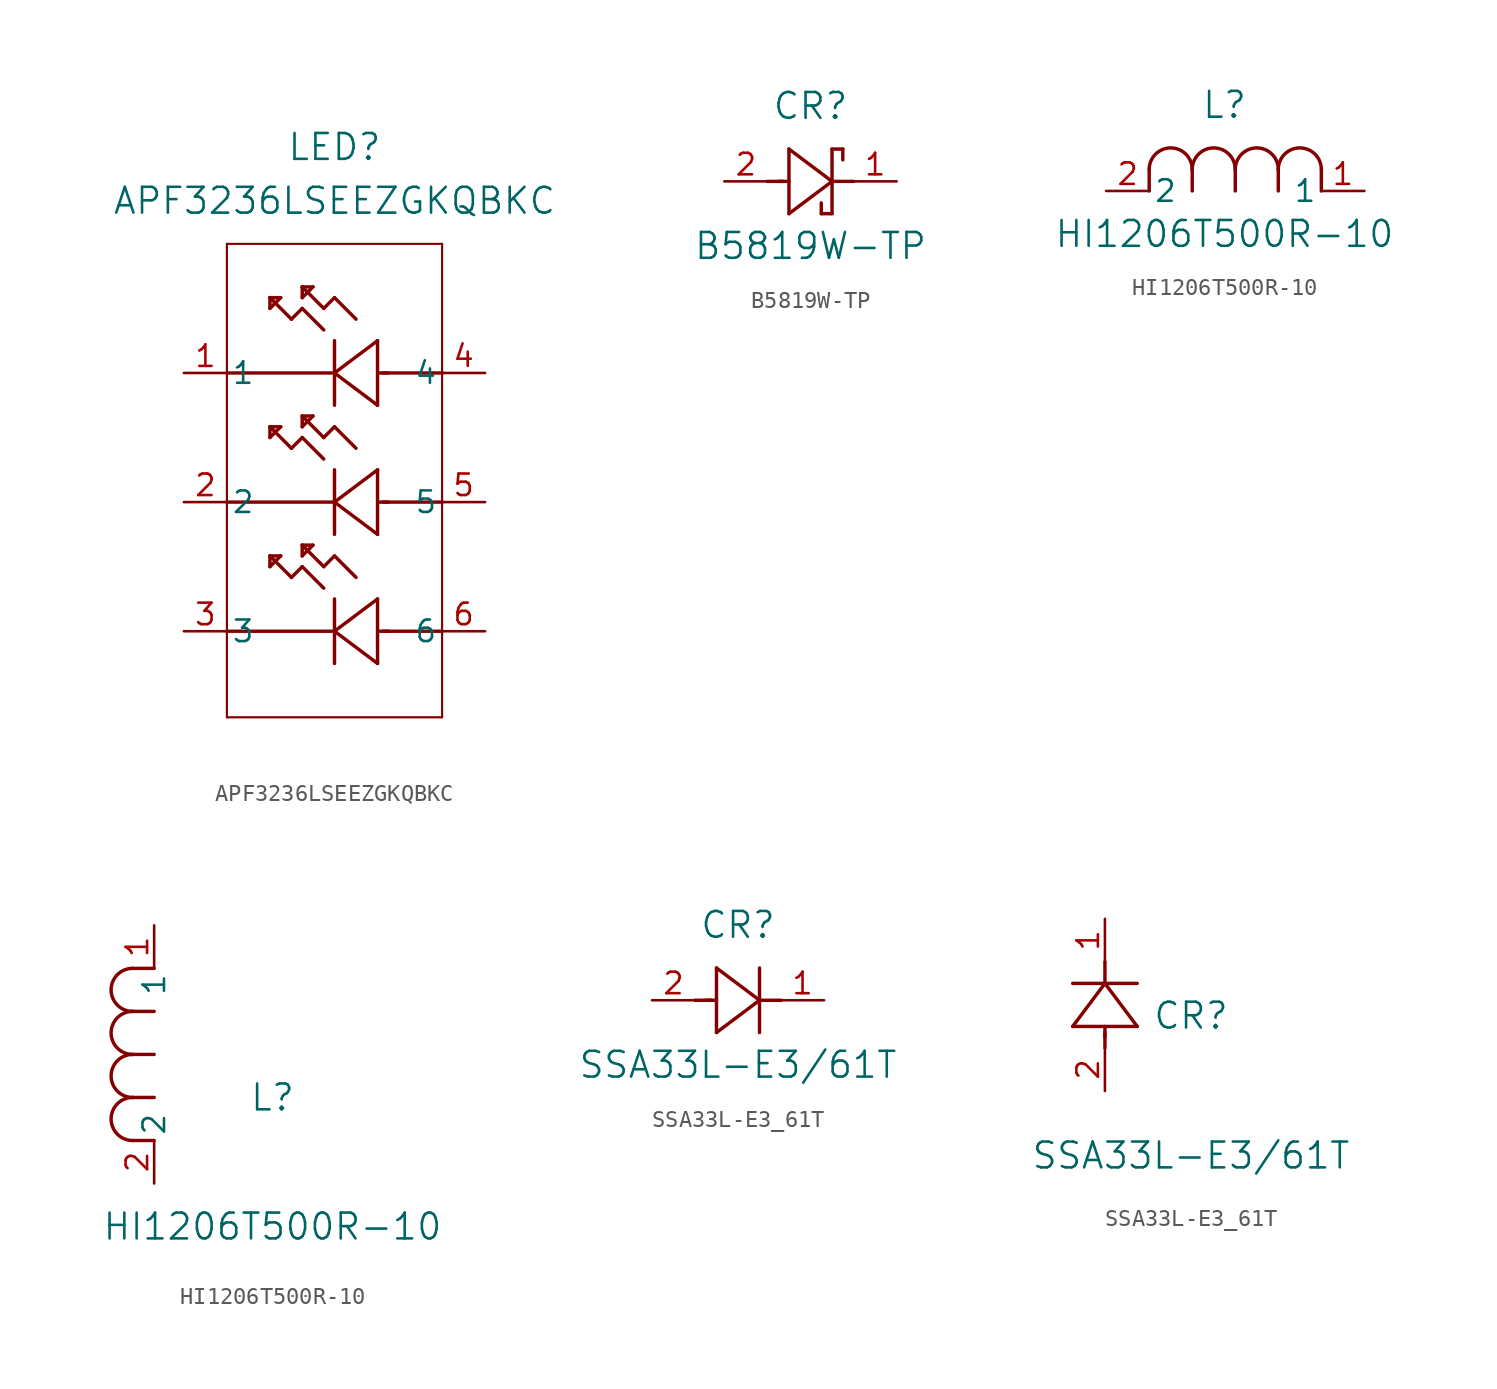
<source format=kicad_sym>
(kicad_symbol_lib
  (version 20231120)
  (generator "kicad_symbol_editor")
  (generator_version "8.0")
  (symbol "APF3236LSEEZGKQBKC"
    (pin_names
      (offset 0.254))
    (property "Reference" "LED"
      (at 8.89 13.335 0)
      (effects (font (size 1.524 1.524))))
    (property "Value" "APF3236LSEEZGKQBKC"
      (at 8.89 10.16 0)
      (effects (font (size 1.524 1.524))))
    (property "ki_locked" ""
      (at 0 0 0)
      (effects (font (size 1.27 1.27))))
    (symbol "APF3236LSEEZGKQBKC_0_1"
      (polyline (pts (xy 2.54 -20.32) (xy 15.24 -20.32)) (stroke (width 0.127) (type default)) (fill (type none)))
      (polyline (pts (xy 2.54 7.62) (xy 2.54 -20.32)) (stroke (width 0.127) (type default)) (fill (type none)))
      (polyline (pts (xy 5.08 -11.43) (xy 5.08 -10.795)) (stroke (width 0.203) (type default)) (fill (type none)))
      (polyline (pts (xy 5.08 -10.795) (xy 5.715 -10.795)) (stroke (width 0.203) (type default)) (fill (type none)))
      (polyline (pts (xy 5.08 -3.81) (xy 5.08 -3.175)) (stroke (width 0.203) (type default)) (fill (type none)))
      (polyline (pts (xy 5.08 -3.175) (xy 5.715 -3.175)) (stroke (width 0.203) (type default)) (fill (type none)))
      (polyline (pts (xy 5.08 3.81) (xy 5.08 4.445)) (stroke (width 0.203) (type default)) (fill (type none)))
      (polyline (pts (xy 5.08 4.445) (xy 5.715 4.445)) (stroke (width 0.203) (type default)) (fill (type none)))
      (polyline (pts (xy 5.715 -10.795) (xy 5.08 -11.43)) (stroke (width 0.203) (type default)) (fill (type none)))
      (polyline (pts (xy 5.715 -3.175) (xy 5.08 -3.81)) (stroke (width 0.203) (type default)) (fill (type none)))
      (polyline (pts (xy 5.715 4.445) (xy 5.08 3.81)) (stroke (width 0.203) (type default)) (fill (type none)))
      (polyline (pts (xy 6.35 -12.065) (xy 5.08 -10.795)) (stroke (width 0.203) (type default)) (fill (type none)))
      (polyline (pts (xy 6.35 -4.445) (xy 5.08 -3.175)) (stroke (width 0.203) (type default)) (fill (type none)))
      (polyline (pts (xy 6.35 3.175) (xy 5.08 4.445)) (stroke (width 0.203) (type default)) (fill (type none)))
      (polyline (pts (xy 6.985 -11.43) (xy 6.35 -12.065)) (stroke (width 0.203) (type default)) (fill (type none)))
      (polyline (pts (xy 6.985 -10.795) (xy 6.985 -10.16)) (stroke (width 0.203) (type default)) (fill (type none)))
      (polyline (pts (xy 6.985 -10.16) (xy 7.62 -10.16)) (stroke (width 0.203) (type default)) (fill (type none)))
      (polyline (pts (xy 6.985 -3.81) (xy 6.35 -4.445)) (stroke (width 0.203) (type default)) (fill (type none)))
      (polyline (pts (xy 6.985 -3.175) (xy 6.985 -2.54)) (stroke (width 0.203) (type default)) (fill (type none)))
      (polyline (pts (xy 6.985 -2.54) (xy 7.62 -2.54)) (stroke (width 0.203) (type default)) (fill (type none)))
      (polyline (pts (xy 6.985 3.81) (xy 6.35 3.175)) (stroke (width 0.203) (type default)) (fill (type none)))
      (polyline (pts (xy 6.985 4.445) (xy 6.985 5.08)) (stroke (width 0.203) (type default)) (fill (type none)))
      (polyline (pts (xy 6.985 5.08) (xy 7.62 5.08)) (stroke (width 0.203) (type default)) (fill (type none)))
      (polyline (pts (xy 7.62 -10.16) (xy 6.985 -10.795)) (stroke (width 0.203) (type default)) (fill (type none)))
      (polyline (pts (xy 7.62 -2.54) (xy 6.985 -3.175)) (stroke (width 0.203) (type default)) (fill (type none)))
      (polyline (pts (xy 7.62 5.08) (xy 6.985 4.445)) (stroke (width 0.203) (type default)) (fill (type none)))
      (polyline (pts (xy 8.255 -12.7) (xy 6.985 -11.43)) (stroke (width 0.203) (type default)) (fill (type none)))
      (polyline (pts (xy 8.255 -11.43) (xy 6.985 -10.16)) (stroke (width 0.203) (type default)) (fill (type none)))
      (polyline (pts (xy 8.255 -5.08) (xy 6.985 -3.81)) (stroke (width 0.203) (type default)) (fill (type none)))
      (polyline (pts (xy 8.255 -3.81) (xy 6.985 -2.54)) (stroke (width 0.203) (type default)) (fill (type none)))
      (polyline (pts (xy 8.255 2.54) (xy 6.985 3.81)) (stroke (width 0.203) (type default)) (fill (type none)))
      (polyline (pts (xy 8.255 3.81) (xy 6.985 5.08)) (stroke (width 0.203) (type default)) (fill (type none)))
      (polyline (pts (xy 8.89 -17.145) (xy 8.89 -13.335)) (stroke (width 0.203) (type default)) (fill (type none)))
      (polyline (pts (xy 8.89 -15.24) (xy 2.54 -15.24)) (stroke (width 0.203) (type default)) (fill (type none)))
      (polyline (pts (xy 8.89 -15.24) (xy 11.43 -13.335)) (stroke (width 0.203) (type default)) (fill (type none)))
      (polyline (pts (xy 8.89 -10.795) (xy 8.255 -11.43)) (stroke (width 0.203) (type default)) (fill (type none)))
      (polyline (pts (xy 8.89 -9.525) (xy 8.89 -5.715)) (stroke (width 0.203) (type default)) (fill (type none)))
      (polyline (pts (xy 8.89 -7.62) (xy 2.54 -7.62)) (stroke (width 0.203) (type default)) (fill (type none)))
      (polyline (pts (xy 8.89 -7.62) (xy 11.43 -5.715)) (stroke (width 0.203) (type default)) (fill (type none)))
      (polyline (pts (xy 8.89 -3.175) (xy 8.255 -3.81)) (stroke (width 0.203) (type default)) (fill (type none)))
      (polyline (pts (xy 8.89 -1.905) (xy 8.89 1.905)) (stroke (width 0.203) (type default)) (fill (type none)))
      (polyline (pts (xy 8.89 0) (xy 2.54 0)) (stroke (width 0.203) (type default)) (fill (type none)))
      (polyline (pts (xy 8.89 0) (xy 11.43 1.905)) (stroke (width 0.203) (type default)) (fill (type none)))
      (polyline (pts (xy 8.89 4.445) (xy 8.255 3.81)) (stroke (width 0.203) (type default)) (fill (type none)))
      (polyline (pts (xy 10.16 -12.065) (xy 8.89 -10.795)) (stroke (width 0.203) (type default)) (fill (type none)))
      (polyline (pts (xy 10.16 -4.445) (xy 8.89 -3.175)) (stroke (width 0.203) (type default)) (fill (type none)))
      (polyline (pts (xy 10.16 3.175) (xy 8.89 4.445)) (stroke (width 0.203) (type default)) (fill (type none)))
      (polyline (pts (xy 11.43 -17.145) (xy 8.89 -15.24)) (stroke (width 0.203) (type default)) (fill (type none)))
      (polyline (pts (xy 11.43 -13.335) (xy 11.43 -17.145)) (stroke (width 0.203) (type default)) (fill (type none)))
      (polyline (pts (xy 11.43 -9.525) (xy 8.89 -7.62)) (stroke (width 0.203) (type default)) (fill (type none)))
      (polyline (pts (xy 11.43 -5.715) (xy 11.43 -9.525)) (stroke (width 0.203) (type default)) (fill (type none)))
      (polyline (pts (xy 11.43 -1.905) (xy 8.89 0)) (stroke (width 0.203) (type default)) (fill (type none)))
      (polyline (pts (xy 11.43 1.905) (xy 11.43 -1.905)) (stroke (width 0.203) (type default)) (fill (type none)))
      (polyline (pts (xy 12.065 -15.24) (xy 11.43 -15.24)) (stroke (width 0.203) (type default)) (fill (type none)))
      (polyline (pts (xy 12.065 -7.62) (xy 11.43 -7.62)) (stroke (width 0.203) (type default)) (fill (type none)))
      (polyline (pts (xy 12.065 0) (xy 11.43 0)) (stroke (width 0.203) (type default)) (fill (type none)))
      (polyline (pts (xy 15.24 -20.32) (xy 15.24 7.62)) (stroke (width 0.127) (type default)) (fill (type none)))
      (polyline (pts (xy 15.24 -15.24) (xy 11.76 -15.24)) (stroke (width 0.203) (type default)) (fill (type none)))
      (polyline (pts (xy 15.24 -7.62) (xy 11.76 -7.62)) (stroke (width 0.203) (type default)) (fill (type none)))
      (polyline (pts (xy 15.24 0) (xy 11.76 0)) (stroke (width 0.203) (type default)) (fill (type none)))
      (polyline (pts (xy 15.24 7.62) (xy 2.54 7.62)) (stroke (width 0.127) (type default)) (fill (type none)))
      (pin unspecified line (at 0 0 0) (length 2.54) (name "1" (effects (font (size 1.27 1.27)))) (number "1" (effects (font (size 1.27 1.27)))))
      (pin unspecified line (at 0 -7.62 0) (length 2.54) (name "2" (effects (font (size 1.27 1.27)))) (number "2" (effects (font (size 1.27 1.27)))))
      (pin unspecified line (at 0 -15.24 0) (length 2.54) (name "3" (effects (font (size 1.27 1.27)))) (number "3" (effects (font (size 1.27 1.27)))))
      (pin unspecified line (at 17.78 0 180) (length 2.54) (name "4" (effects (font (size 1.27 1.27)))) (number "4" (effects (font (size 1.27 1.27)))))
      (pin unspecified line (at 17.78 -7.62 180) (length 2.54) (name "5" (effects (font (size 1.27 1.27)))) (number "5" (effects (font (size 1.27 1.27)))))
      (pin unspecified line (at 17.78 -15.24 180) (length 2.54) (name "6" (effects (font (size 1.27 1.27)))) (number "6" (effects (font (size 1.27 1.27)))))))
  (symbol "B5819W-TP"
    (pin_names
      (offset 0.254))
    (property "Reference" "CR"
      (at 5.08 4.445 0)
      (effects (font (size 1.524 1.524))))
    (property "Value" "B5819W-TP"
      (at 5.08 -3.81 0)
      (effects (font (size 1.524 1.524))))
    (property "ki_locked" ""
      (at 0 0 0)
      (effects (font (size 1.27 1.27))))
    (symbol "B5819W-TP_0_1"
      (polyline (pts (xy 2.54 0) (xy 3.48 0)) (stroke (width 0.203) (type default)) (fill (type none)))
      (polyline (pts (xy 3.175 0) (xy 3.81 0)) (stroke (width 0.203) (type default)) (fill (type none)))
      (polyline (pts (xy 3.81 -1.905) (xy 6.35 0)) (stroke (width 0.203) (type default)) (fill (type none)))
      (polyline (pts (xy 3.81 1.905) (xy 3.81 -1.905)) (stroke (width 0.203) (type default)) (fill (type none)))
      (polyline (pts (xy 5.715 -1.905) (xy 5.715 -1.27)) (stroke (width 0.203) (type default)) (fill (type none)))
      (polyline (pts (xy 6.35 -1.905) (xy 5.715 -1.905)) (stroke (width 0.203) (type default)) (fill (type none)))
      (polyline (pts (xy 6.35 -1.905) (xy 6.35 1.905)) (stroke (width 0.203) (type default)) (fill (type none)))
      (polyline (pts (xy 6.35 0) (xy 3.81 1.905)) (stroke (width 0.203) (type default)) (fill (type none)))
      (polyline (pts (xy 6.35 0) (xy 7.62 0)) (stroke (width 0.203) (type default)) (fill (type none)))
      (polyline (pts (xy 6.35 1.905) (xy 6.985 1.905)) (stroke (width 0.203) (type default)) (fill (type none)))
      (polyline (pts (xy 6.985 1.905) (xy 6.985 1.27)) (stroke (width 0.203) (type default)) (fill (type none)))
      (pin unspecified line (at 10.16 0 180) (length 2.54) (name "" (effects (font (size 1.27 1.27)))) (number "1" (effects (font (size 1.27 1.27)))))
      (pin unspecified line (at 0 0 0) (length 2.54) (name "" (effects (font (size 1.27 1.27)))) (number "2" (effects (font (size 1.27 1.27)))))))
  (symbol "HI1206T500R-10"
    (pin_names
      (offset 0.254))
    (property "Reference" "L"
      (at 6.985 5.08 0)
      (effects (font (size 1.524 1.524))))
    (property "Value" "HI1206T500R-10"
      (at 6.985 -2.54 0)
      (effects (font (size 1.524 1.524))))
    (property "ki_locked" ""
      (at 0 0 0)
      (effects (font (size 1.27 1.27))))
    (symbol "HI1206T500R-10_1_1"
      (polyline (pts (xy 2.54 0) (xy 2.54 1.27)) (stroke (width 0.203) (type default)) (fill (type none)))
      (polyline (pts (xy 5.08 0) (xy 5.08 1.27)) (stroke (width 0.203) (type default)) (fill (type none)))
      (polyline (pts (xy 7.62 0) (xy 7.62 1.27)) (stroke (width 0.203) (type default)) (fill (type none)))
      (polyline (pts (xy 10.16 0) (xy 10.16 1.27)) (stroke (width 0.203) (type default)) (fill (type none)))
      (polyline (pts (xy 12.7 0) (xy 12.7 1.27)) (stroke (width 0.203) (type default)) (fill (type none)))
      (arc (start 5.08 1.27) (mid 3.81 2.5344) (end 2.54 1.27) (stroke (width 0.2032) (type default)) (fill (type none)))
      (arc (start 7.62 1.27) (mid 6.35 2.5344) (end 5.08 1.27) (stroke (width 0.2032) (type default)) (fill (type none)))
      (arc (start 10.16 1.27) (mid 8.89 2.5344) (end 7.62 1.27) (stroke (width 0.2032) (type default)) (fill (type none)))
      (arc (start 12.7 1.27) (mid 11.43 2.5344) (end 10.16 1.27) (stroke (width 0.2032) (type default)) (fill (type none)))
      (pin unspecified line (at 15.24 0 180) (length 2.54) (name "1" (effects (font (size 1.27 1.27)))) (number "1" (effects (font (size 1.27 1.27)))))
      (pin unspecified line (at 0 0 0) (length 2.54) (name "2" (effects (font (size 1.27 1.27)))) (number "2" (effects (font (size 1.27 1.27))))))
    (symbol "HI1206T500R-10_1_2"
      (arc (start -1.27 5.08) (mid -2.5344 3.81) (end -1.27 2.54) (stroke (width 0.2032) (type default)) (fill (type none)))
      (arc (start -1.27 7.62) (mid -2.5344 6.35) (end -1.27 5.08) (stroke (width 0.2032) (type default)) (fill (type none)))
      (arc (start -1.27 10.16) (mid -2.5344 8.89) (end -1.27 7.62) (stroke (width 0.2032) (type default)) (fill (type none)))
      (arc (start -1.27 12.7) (mid -2.5344 11.43) (end -1.27 10.16) (stroke (width 0.2032) (type default)) (fill (type none)))
      (polyline (pts (xy 0 2.54) (xy -1.27 2.54)) (stroke (width 0.203) (type default)) (fill (type none)))
      (polyline (pts (xy 0 5.08) (xy -1.27 5.08)) (stroke (width 0.203) (type default)) (fill (type none)))
      (polyline (pts (xy 0 7.62) (xy -1.27 7.62)) (stroke (width 0.203) (type default)) (fill (type none)))
      (polyline (pts (xy 0 10.16) (xy -1.27 10.16)) (stroke (width 0.203) (type default)) (fill (type none)))
      (polyline (pts (xy 0 12.7) (xy -1.27 12.7)) (stroke (width 0.203) (type default)) (fill (type none)))
      (pin unspecified line (at 0 15.24 270) (length 2.54) (name "1" (effects (font (size 1.27 1.27)))) (number "1" (effects (font (size 1.27 1.27)))))
      (pin unspecified line (at 0 0 90) (length 2.54) (name "2" (effects (font (size 1.27 1.27)))) (number "2" (effects (font (size 1.27 1.27)))))))
  (symbol "SSA33L-E3_61T"
    (pin_names
      (offset 0.254))
    (property "Reference" "CR"
      (at 5.08 4.445 0)
      (effects (font (size 1.524 1.524))))
    (property "Value" "SSA33L-E3/61T"
      (at 5.08 -3.81 0)
      (effects (font (size 1.524 1.524))))
    (property "ki_locked" ""
      (at 0 0 0)
      (effects (font (size 1.27 1.27))))
    (symbol "SSA33L-E3_61T_1_1"
      (polyline (pts (xy 2.54 0) (xy 3.48 0)) (stroke (width 0.203) (type default)) (fill (type none)))
      (polyline (pts (xy 3.175 0) (xy 3.81 0)) (stroke (width 0.203) (type default)) (fill (type none)))
      (polyline (pts (xy 3.81 -1.905) (xy 6.35 0)) (stroke (width 0.203) (type default)) (fill (type none)))
      (polyline (pts (xy 3.81 1.905) (xy 3.81 -1.905)) (stroke (width 0.203) (type default)) (fill (type none)))
      (polyline (pts (xy 6.35 -1.905) (xy 6.35 1.905)) (stroke (width 0.203) (type default)) (fill (type none)))
      (polyline (pts (xy 6.35 0) (xy 3.81 1.905)) (stroke (width 0.203) (type default)) (fill (type none)))
      (polyline (pts (xy 6.35 0) (xy 7.62 0)) (stroke (width 0.203) (type default)) (fill (type none)))
      (pin unspecified line (at 10.16 0 180) (length 2.54) (name "" (effects (font (size 1.27 1.27)))) (number "1" (effects (font (size 1.27 1.27)))))
      (pin unspecified line (at 0 0 0) (length 2.54) (name "" (effects (font (size 1.27 1.27)))) (number "2" (effects (font (size 1.27 1.27))))))
    (symbol "SSA33L-E3_61T_1_2"
      (polyline (pts (xy -1.905 3.81) (xy 1.905 3.81)) (stroke (width 0.203) (type default)) (fill (type none)))
      (polyline (pts (xy 0 2.54) (xy 0 3.48)) (stroke (width 0.203) (type default)) (fill (type none)))
      (polyline (pts (xy 0 3.175) (xy 0 3.81)) (stroke (width 0.203) (type default)) (fill (type none)))
      (polyline (pts (xy 0 6.35) (xy -1.905 3.81)) (stroke (width 0.203) (type default)) (fill (type none)))
      (polyline (pts (xy 0 6.35) (xy 0 7.62)) (stroke (width 0.203) (type default)) (fill (type none)))
      (polyline (pts (xy 1.905 3.81) (xy 0 6.35)) (stroke (width 0.203) (type default)) (fill (type none)))
      (polyline (pts (xy 1.905 6.35) (xy -1.905 6.35)) (stroke (width 0.203) (type default)) (fill (type none)))
      (pin unspecified line (at 0 10.16 270) (length 2.54) (name "" (effects (font (size 1.27 1.27)))) (number "1" (effects (font (size 1.27 1.27)))))
      (pin unspecified line (at 0 0 90) (length 2.54) (name "" (effects (font (size 1.27 1.27)))) (number "2" (effects (font (size 1.27 1.27))))))))
</source>
